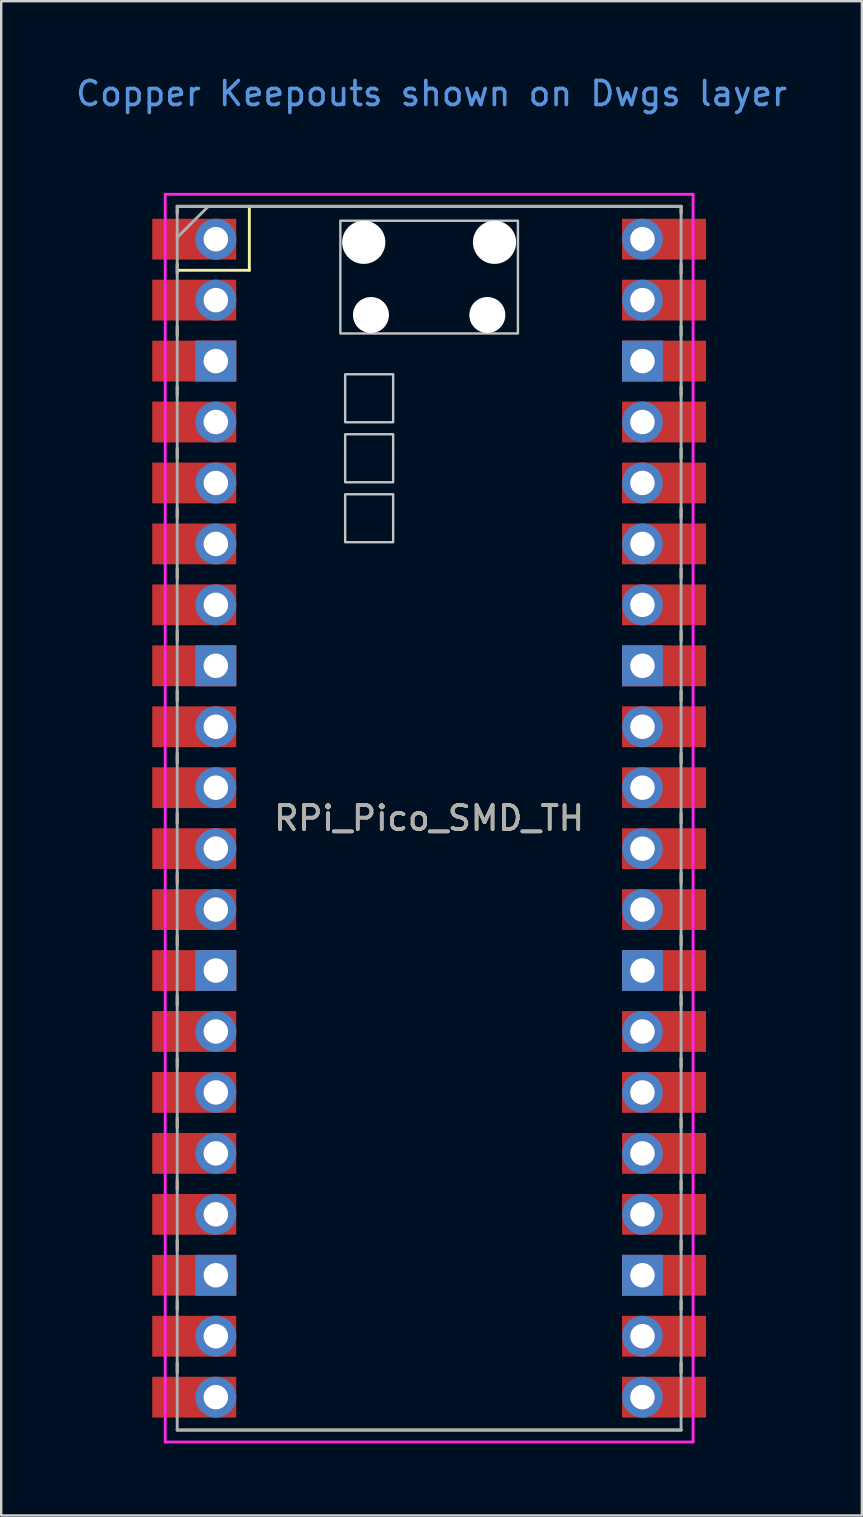
<source format=kicad_pcb>
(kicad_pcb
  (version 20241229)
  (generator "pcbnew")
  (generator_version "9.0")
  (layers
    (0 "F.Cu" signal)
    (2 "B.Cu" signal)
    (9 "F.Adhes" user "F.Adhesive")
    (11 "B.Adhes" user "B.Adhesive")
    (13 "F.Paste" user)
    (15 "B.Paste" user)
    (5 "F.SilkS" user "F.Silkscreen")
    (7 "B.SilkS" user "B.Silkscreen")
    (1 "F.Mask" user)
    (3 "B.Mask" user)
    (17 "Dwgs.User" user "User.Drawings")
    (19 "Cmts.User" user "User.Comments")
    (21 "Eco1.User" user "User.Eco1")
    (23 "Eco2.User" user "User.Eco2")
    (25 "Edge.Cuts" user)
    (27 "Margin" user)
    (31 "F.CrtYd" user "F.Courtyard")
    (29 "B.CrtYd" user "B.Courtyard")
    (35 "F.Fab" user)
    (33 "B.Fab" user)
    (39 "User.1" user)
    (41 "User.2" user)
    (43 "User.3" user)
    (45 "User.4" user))
  (footprint "RPi_Pico_SMD_TH"
    (layer "F.Cu")
    (at 14.835 31.048)
    (property "Reference" "RPi_Pico_SMD_TH" (at 0 0 0) (layer "F.SilkS") (effects (font (size 1 1) (thickness 0.15))))
    (attr through_hole)
    (fp_line (start -10.5 -25.5) (end -10.5 -25.2) (stroke (width 0.12) (type solid)) (layer "F.SilkS"))
    (fp_line (start -10.5 -25.5) (end 10.5 -25.5) (stroke (width 0.12) (type solid)) (layer "F.SilkS"))
    (fp_line (start -10.5 -23.1) (end -10.5 -22.7) (stroke (width 0.12) (type solid)) (layer "F.SilkS"))
    (fp_line (start -10.5 -22.833) (end -7.493 -22.833) (stroke (width 0.12) (type solid)) (layer "F.SilkS"))
    (fp_line (start -10.5 -20.5) (end -10.5 -20.1) (stroke (width 0.12) (type solid)) (layer "F.SilkS"))
    (fp_line (start -10.5 -18) (end -10.5 -17.6) (stroke (width 0.12) (type solid)) (layer "F.SilkS"))
    (fp_line (start -10.5 -15.4) (end -10.5 -15) (stroke (width 0.12) (type solid)) (layer "F.SilkS"))
    (fp_line (start -10.5 -12.9) (end -10.5 -12.5) (stroke (width 0.12) (type solid)) (layer "F.SilkS"))
    (fp_line (start -10.5 -10.4) (end -10.5 -10) (stroke (width 0.12) (type solid)) (layer "F.SilkS"))
    (fp_line (start -10.5 -7.8) (end -10.5 -7.4) (stroke (width 0.12) (type solid)) (layer "F.SilkS"))
    (fp_line (start -10.5 -5.3) (end -10.5 -4.9) (stroke (width 0.12) (type solid)) (layer "F.SilkS"))
    (fp_line (start -10.5 -2.7) (end -10.5 -2.3) (stroke (width 0.12) (type solid)) (layer "F.SilkS"))
    (fp_line (start -10.5 -0.2) (end -10.5 0.2) (stroke (width 0.12) (type solid)) (layer "F.SilkS"))
    (fp_line (start -10.5 2.3) (end -10.5 2.7) (stroke (width 0.12) (type solid)) (layer "F.SilkS"))
    (fp_line (start -10.5 4.9) (end -10.5 5.3) (stroke (width 0.12) (type solid)) (layer "F.SilkS"))
    (fp_line (start -10.5 7.4) (end -10.5 7.8) (stroke (width 0.12) (type solid)) (layer "F.SilkS"))
    (fp_line (start -10.5 10) (end -10.5 10.4) (stroke (width 0.12) (type solid)) (layer "F.SilkS"))
    (fp_line (start -10.5 12.5) (end -10.5 12.9) (stroke (width 0.12) (type solid)) (layer "F.SilkS"))
    (fp_line (start -10.5 15.1) (end -10.5 15.5) (stroke (width 0.12) (type solid)) (layer "F.SilkS"))
    (fp_line (start -10.5 17.6) (end -10.5 18) (stroke (width 0.12) (type solid)) (layer "F.SilkS"))
    (fp_line (start -10.5 20.1) (end -10.5 20.5) (stroke (width 0.12) (type solid)) (layer "F.SilkS"))
    (fp_line (start -10.5 22.7) (end -10.5 23.1) (stroke (width 0.12) (type solid)) (layer "F.SilkS"))
    (fp_line (start -7.493 -22.833) (end -7.493 -25.5) (stroke (width 0.12) (type solid)) (layer "F.SilkS"))
    (fp_line (start 10.5 -25.5) (end 10.5 -25.2) (stroke (width 0.12) (type solid)) (layer "F.SilkS"))
    (fp_line (start 10.5 -23.1) (end 10.5 -22.7) (stroke (width 0.12) (type solid)) (layer "F.SilkS"))
    (fp_line (start 10.5 -20.5) (end 10.5 -20.1) (stroke (width 0.12) (type solid)) (layer "F.SilkS"))
    (fp_line (start 10.5 -18) (end 10.5 -17.6) (stroke (width 0.12) (type solid)) (layer "F.SilkS"))
    (fp_line (start 10.5 -15.4) (end 10.5 -15) (stroke (width 0.12) (type solid)) (layer "F.SilkS"))
    (fp_line (start 10.5 -12.9) (end 10.5 -12.5) (stroke (width 0.12) (type solid)) (layer "F.SilkS"))
    (fp_line (start 10.5 -10.4) (end 10.5 -10) (stroke (width 0.12) (type solid)) (layer "F.SilkS"))
    (fp_line (start 10.5 -7.8) (end 10.5 -7.4) (stroke (width 0.12) (type solid)) (layer "F.SilkS"))
    (fp_line (start 10.5 -5.3) (end 10.5 -4.9) (stroke (width 0.12) (type solid)) (layer "F.SilkS"))
    (fp_line (start 10.5 -2.7) (end 10.5 -2.3) (stroke (width 0.12) (type solid)) (layer "F.SilkS"))
    (fp_line (start 10.5 -0.2) (end 10.5 0.2) (stroke (width 0.12) (type solid)) (layer "F.SilkS"))
    (fp_line (start 10.5 2.3) (end 10.5 2.7) (stroke (width 0.12) (type solid)) (layer "F.SilkS"))
    (fp_line (start 10.5 4.9) (end 10.5 5.3) (stroke (width 0.12) (type solid)) (layer "F.SilkS"))
    (fp_line (start 10.5 7.4) (end 10.5 7.8) (stroke (width 0.12) (type solid)) (layer "F.SilkS"))
    (fp_line (start 10.5 10) (end 10.5 10.4) (stroke (width 0.12) (type solid)) (layer "F.SilkS"))
    (fp_line (start 10.5 12.5) (end 10.5 12.9) (stroke (width 0.12) (type solid)) (layer "F.SilkS"))
    (fp_line (start 10.5 15.1) (end 10.5 15.5) (stroke (width 0.12) (type solid)) (layer "F.SilkS"))
    (fp_line (start 10.5 17.6) (end 10.5 18) (stroke (width 0.12) (type solid)) (layer "F.SilkS"))
    (fp_line (start 10.5 20.1) (end 10.5 20.5) (stroke (width 0.12) (type solid)) (layer "F.SilkS"))
    (fp_line (start 10.5 22.7) (end 10.5 23.1) (stroke (width 0.12) (type solid)) (layer "F.SilkS"))
    (fp_line (start 10.5 25.5) (end -10.5 25.5) (stroke (width 0.12) (type solid)) (layer "F.SilkS"))
    (fp_poly (pts (xy -1.5 -16.5) (xy -3.5 -16.5) (xy -3.5 -18.5) (xy -1.5 -18.5)) (stroke (width 0.1) (type solid)) (fill no) (layer "Dwgs.User"))
    (fp_poly (pts (xy -1.5 -14) (xy -3.5 -14) (xy -3.5 -16) (xy -1.5 -16)) (stroke (width 0.1) (type solid)) (fill no) (layer "Dwgs.User"))
    (fp_poly (pts (xy -1.5 -11.5) (xy -3.5 -11.5) (xy -3.5 -13.5) (xy -1.5 -13.5)) (stroke (width 0.1) (type solid)) (fill no) (layer "Dwgs.User"))
    (fp_poly (pts (xy 3.7 -20.2) (xy -3.7 -20.2) (xy -3.7 -24.9) (xy 3.7 -24.9)) (stroke (width 0.1) (type solid)) (fill no) (layer "Dwgs.User"))
    (fp_line (start -11 -26) (end 11 -26) (stroke (width 0.12) (type solid)) (layer "F.CrtYd"))
    (fp_line (start -11 26) (end -11 -26) (stroke (width 0.12) (type solid)) (layer "F.CrtYd"))
    (fp_line (start 11 -26) (end 11 26) (stroke (width 0.12) (type solid)) (layer "F.CrtYd"))
    (fp_line (start 11 26) (end -11 26) (stroke (width 0.12) (type solid)) (layer "F.CrtYd"))
    (fp_line (start -10.5 -25.5) (end 10.5 -25.5) (stroke (width 0.12) (type solid)) (layer "F.Fab"))
    (fp_line (start -10.5 -24.2) (end -9.2 -25.5) (stroke (width 0.12) (type solid)) (layer "F.Fab"))
    (fp_line (start -10.5 25.5) (end -10.5 -25.5) (stroke (width 0.12) (type solid)) (layer "F.Fab"))
    (fp_line (start 10.5 -25.5) (end 10.5 25.5) (stroke (width 0.12) (type solid)) (layer "F.Fab"))
    (fp_line (start 10.5 25.5) (end -10.5 25.5) (stroke (width 0.12) (type solid)) (layer "F.Fab"))
    (fp_text user "Copper Keepouts shown on Dwgs layer" (at 0.1 -30.2 0) (layer "Cmts.User") (effects (font (size 1 1) (thickness 0.15))))
    (fp_text user "${REFERENCE}" (at 0 0 180) (layer "F.Fab") (effects (font (size 1 1) (thickness 0.15))))
    (pad "" np_thru_hole oval (at -2.725 -24) (size 1.8 1.8) (drill 1.8) (layers "*.Cu" "*.Mask"))
    (pad "" np_thru_hole oval (at -2.425 -20.97) (size 1.5 1.5) (drill 1.5) (layers "*.Cu" "*.Mask"))
    (pad "" np_thru_hole oval (at 2.425 -20.97) (size 1.5 1.5) (drill 1.5) (layers "*.Cu" "*.Mask"))
    (pad "" np_thru_hole oval (at 2.725 -24) (size 1.8 1.8) (drill 1.8) (layers "*.Cu" "*.Mask"))
    (pad "1" thru_hole oval (at -8.89 -24.13) (size 1.7 1.7) (drill 1.02) (layers "*.Cu" "*.Mask"))
    (pad "1" smd rect (at -8.89 -24.13) (size 3.5 1.7) (drill (offset -0.9 0)) (layers "F.Cu" "F.Mask"))
    (pad "2" thru_hole oval (at -8.89 -21.59) (size 1.7 1.7) (drill 1.02) (layers "*.Cu" "*.Mask"))
    (pad "2" smd rect (at -8.89 -21.59) (size 3.5 1.7) (drill (offset -0.9 0)) (layers "F.Cu" "F.Mask"))
    (pad "3" thru_hole rect (at -8.89 -19.05) (size 1.7 1.7) (drill 1.02) (layers "*.Cu" "*.Mask"))
    (pad "3" smd rect (at -8.89 -19.05) (size 3.5 1.7) (drill (offset -0.9 0)) (layers "F.Cu" "F.Mask"))
    (pad "4" thru_hole oval (at -8.89 -16.51) (size 1.7 1.7) (drill 1.02) (layers "*.Cu" "*.Mask"))
    (pad "4" smd rect (at -8.89 -16.51) (size 3.5 1.7) (drill (offset -0.9 0)) (layers "F.Cu" "F.Mask"))
    (pad "5" thru_hole oval (at -8.89 -13.97) (size 1.7 1.7) (drill 1.02) (layers "*.Cu" "*.Mask"))
    (pad "5" smd rect (at -8.89 -13.97) (size 3.5 1.7) (drill (offset -0.9 0)) (layers "F.Cu" "F.Mask"))
    (pad "6" thru_hole oval (at -8.89 -11.43) (size 1.7 1.7) (drill 1.02) (layers "*.Cu" "*.Mask"))
    (pad "6" smd rect (at -8.89 -11.43) (size 3.5 1.7) (drill (offset -0.9 0)) (layers "F.Cu" "F.Mask"))
    (pad "7" thru_hole oval (at -8.89 -8.89) (size 1.7 1.7) (drill 1.02) (layers "*.Cu" "*.Mask"))
    (pad "7" smd rect (at -8.89 -8.89) (size 3.5 1.7) (drill (offset -0.9 0)) (layers "F.Cu" "F.Mask"))
    (pad "8" thru_hole rect (at -8.89 -6.35) (size 1.7 1.7) (drill 1.02) (layers "*.Cu" "*.Mask"))
    (pad "8" smd rect (at -8.89 -6.35) (size 3.5 1.7) (drill (offset -0.9 0)) (layers "F.Cu" "F.Mask"))
    (pad "9" thru_hole oval (at -8.89 -3.81) (size 1.7 1.7) (drill 1.02) (layers "*.Cu" "*.Mask"))
    (pad "9" smd rect (at -8.89 -3.81) (size 3.5 1.7) (drill (offset -0.9 0)) (layers "F.Cu" "F.Mask"))
    (pad "10" thru_hole oval (at -8.89 -1.27) (size 1.7 1.7) (drill 1.02) (layers "*.Cu" "*.Mask"))
    (pad "10" smd rect (at -8.89 -1.27) (size 3.5 1.7) (drill (offset -0.9 0)) (layers "F.Cu" "F.Mask"))
    (pad "11" thru_hole oval (at -8.89 1.27) (size 1.7 1.7) (drill 1.02) (layers "*.Cu" "*.Mask"))
    (pad "11" smd rect (at -8.89 1.27) (size 3.5 1.7) (drill (offset -0.9 0)) (layers "F.Cu" "F.Mask"))
    (pad "12" thru_hole oval (at -8.89 3.81) (size 1.7 1.7) (drill 1.02) (layers "*.Cu" "*.Mask"))
    (pad "12" smd rect (at -8.89 3.81) (size 3.5 1.7) (drill (offset -0.9 0)) (layers "F.Cu" "F.Mask"))
    (pad "13" thru_hole rect (at -8.89 6.35) (size 1.7 1.7) (drill 1.02) (layers "*.Cu" "*.Mask"))
    (pad "13" smd rect (at -8.89 6.35) (size 3.5 1.7) (drill (offset -0.9 0)) (layers "F.Cu" "F.Mask"))
    (pad "14" thru_hole oval (at -8.89 8.89) (size 1.7 1.7) (drill 1.02) (layers "*.Cu" "*.Mask"))
    (pad "14" smd rect (at -8.89 8.89) (size 3.5 1.7) (drill (offset -0.9 0)) (layers "F.Cu" "F.Mask"))
    (pad "15" thru_hole oval (at -8.89 11.43) (size 1.7 1.7) (drill 1.02) (layers "*.Cu" "*.Mask"))
    (pad "15" smd rect (at -8.89 11.43) (size 3.5 1.7) (drill (offset -0.9 0)) (layers "F.Cu" "F.Mask"))
    (pad "16" thru_hole oval (at -8.89 13.97) (size 1.7 1.7) (drill 1.02) (layers "*.Cu" "*.Mask"))
    (pad "16" smd rect (at -8.89 13.97) (size 3.5 1.7) (drill (offset -0.9 0)) (layers "F.Cu" "F.Mask"))
    (pad "17" thru_hole oval (at -8.89 16.51) (size 1.7 1.7) (drill 1.02) (layers "*.Cu" "*.Mask"))
    (pad "17" smd rect (at -8.89 16.51) (size 3.5 1.7) (drill (offset -0.9 0)) (layers "F.Cu" "F.Mask"))
    (pad "18" thru_hole rect (at -8.89 19.05) (size 1.7 1.7) (drill 1.02) (layers "*.Cu" "*.Mask"))
    (pad "18" smd rect (at -8.89 19.05) (size 3.5 1.7) (drill (offset -0.9 0)) (layers "F.Cu" "F.Mask"))
    (pad "19" thru_hole oval (at -8.89 21.59) (size 1.7 1.7) (drill 1.02) (layers "*.Cu" "*.Mask"))
    (pad "19" smd rect (at -8.89 21.59) (size 3.5 1.7) (drill (offset -0.9 0)) (layers "F.Cu" "F.Mask"))
    (pad "20" thru_hole oval (at -8.89 24.13) (size 1.7 1.7) (drill 1.02) (layers "*.Cu" "*.Mask"))
    (pad "20" smd rect (at -8.89 24.13) (size 3.5 1.7) (drill (offset -0.9 0)) (layers "F.Cu" "F.Mask"))
    (pad "21" thru_hole oval (at 8.89 24.13) (size 1.7 1.7) (drill 1.02) (layers "*.Cu" "*.Mask"))
    (pad "21" smd rect (at 8.89 24.13) (size 3.5 1.7) (drill (offset 0.9 0)) (layers "F.Cu" "F.Mask"))
    (pad "22" thru_hole oval (at 8.89 21.59) (size 1.7 1.7) (drill 1.02) (layers "*.Cu" "*.Mask"))
    (pad "22" smd rect (at 8.89 21.59) (size 3.5 1.7) (drill (offset 0.9 0)) (layers "F.Cu" "F.Mask"))
    (pad "23" thru_hole rect (at 8.89 19.05) (size 1.7 1.7) (drill 1.02) (layers "*.Cu" "*.Mask"))
    (pad "23" smd rect (at 8.89 19.05) (size 3.5 1.7) (drill (offset 0.9 0)) (layers "F.Cu" "F.Mask"))
    (pad "24" thru_hole oval (at 8.89 16.51) (size 1.7 1.7) (drill 1.02) (layers "*.Cu" "*.Mask"))
    (pad "24" smd rect (at 8.89 16.51) (size 3.5 1.7) (drill (offset 0.9 0)) (layers "F.Cu" "F.Mask"))
    (pad "25" thru_hole oval (at 8.89 13.97) (size 1.7 1.7) (drill 1.02) (layers "*.Cu" "*.Mask"))
    (pad "25" smd rect (at 8.89 13.97) (size 3.5 1.7) (drill (offset 0.9 0)) (layers "F.Cu" "F.Mask"))
    (pad "26" thru_hole oval (at 8.89 11.43) (size 1.7 1.7) (drill 1.02) (layers "*.Cu" "*.Mask"))
    (pad "26" smd rect (at 8.89 11.43) (size 3.5 1.7) (drill (offset 0.9 0)) (layers "F.Cu" "F.Mask"))
    (pad "27" thru_hole oval (at 8.89 8.89) (size 1.7 1.7) (drill 1.02) (layers "*.Cu" "*.Mask"))
    (pad "27" smd rect (at 8.89 8.89) (size 3.5 1.7) (drill (offset 0.9 0)) (layers "F.Cu" "F.Mask"))
    (pad "28" thru_hole rect (at 8.89 6.35) (size 1.7 1.7) (drill 1.02) (layers "*.Cu" "*.Mask"))
    (pad "28" smd rect (at 8.89 6.35) (size 3.5 1.7) (drill (offset 0.9 0)) (layers "F.Cu" "F.Mask"))
    (pad "29" thru_hole oval (at 8.89 3.81) (size 1.7 1.7) (drill 1.02) (layers "*.Cu" "*.Mask"))
    (pad "29" smd rect (at 8.89 3.81) (size 3.5 1.7) (drill (offset 0.9 0)) (layers "F.Cu" "F.Mask"))
    (pad "30" thru_hole oval (at 8.89 1.27) (size 1.7 1.7) (drill 1.02) (layers "*.Cu" "*.Mask"))
    (pad "30" smd rect (at 8.89 1.27) (size 3.5 1.7) (drill (offset 0.9 0)) (layers "F.Cu" "F.Mask"))
    (pad "31" thru_hole oval (at 8.89 -1.27) (size 1.7 1.7) (drill 1.02) (layers "*.Cu" "*.Mask"))
    (pad "31" smd rect (at 8.89 -1.27) (size 3.5 1.7) (drill (offset 0.9 0)) (layers "F.Cu" "F.Mask"))
    (pad "32" thru_hole oval (at 8.89 -3.81) (size 1.7 1.7) (drill 1.02) (layers "*.Cu" "*.Mask"))
    (pad "32" smd rect (at 8.89 -3.81) (size 3.5 1.7) (drill (offset 0.9 0)) (layers "F.Cu" "F.Mask"))
    (pad "33" thru_hole rect (at 8.89 -6.35) (size 1.7 1.7) (drill 1.02) (layers "*.Cu" "*.Mask"))
    (pad "33" smd rect (at 8.89 -6.35) (size 3.5 1.7) (drill (offset 0.9 0)) (layers "F.Cu" "F.Mask"))
    (pad "34" thru_hole oval (at 8.89 -8.89) (size 1.7 1.7) (drill 1.02) (layers "*.Cu" "*.Mask"))
    (pad "34" smd rect (at 8.89 -8.89) (size 3.5 1.7) (drill (offset 0.9 0)) (layers "F.Cu" "F.Mask"))
    (pad "35" thru_hole oval (at 8.89 -11.43) (size 1.7 1.7) (drill 1.02) (layers "*.Cu" "*.Mask"))
    (pad "35" smd rect (at 8.89 -11.43) (size 3.5 1.7) (drill (offset 0.9 0)) (layers "F.Cu" "F.Mask"))
    (pad "36" thru_hole oval (at 8.89 -13.97) (size 1.7 1.7) (drill 1.02) (layers "*.Cu" "*.Mask"))
    (pad "36" smd rect (at 8.89 -13.97) (size 3.5 1.7) (drill (offset 0.9 0)) (layers "F.Cu" "F.Mask"))
    (pad "37" thru_hole oval (at 8.89 -16.51) (size 1.7 1.7) (drill 1.02) (layers "*.Cu" "*.Mask"))
    (pad "37" smd rect (at 8.89 -16.51) (size 3.5 1.7) (drill (offset 0.9 0)) (layers "F.Cu" "F.Mask"))
    (pad "38" thru_hole rect (at 8.89 -19.05) (size 1.7 1.7) (drill 1.02) (layers "*.Cu" "*.Mask"))
    (pad "38" smd rect (at 8.89 -19.05) (size 3.5 1.7) (drill (offset 0.9 0)) (layers "F.Cu" "F.Mask"))
    (pad "39" thru_hole oval (at 8.89 -21.59) (size 1.7 1.7) (drill 1.02) (layers "*.Cu" "*.Mask"))
    (pad "39" smd rect (at 8.89 -21.59) (size 3.5 1.7) (drill (offset 0.9 0)) (layers "F.Cu" "F.Mask"))
    (pad "40" thru_hole oval (at 8.89 -24.13) (size 1.7 1.7) (drill 1.02) (layers "*.Cu" "*.Mask"))
    (pad "40" smd rect (at 8.89 -24.13) (size 3.5 1.7) (drill (offset 0.9 0)) (layers "F.Cu" "F.Mask")))
  (gr_rect
    (start -3 -3)
    (end 32.869 60.108)
    (stroke (width 0.1) (type default))
    (fill no)
    (layer "Edge.Cuts")))
</source>
